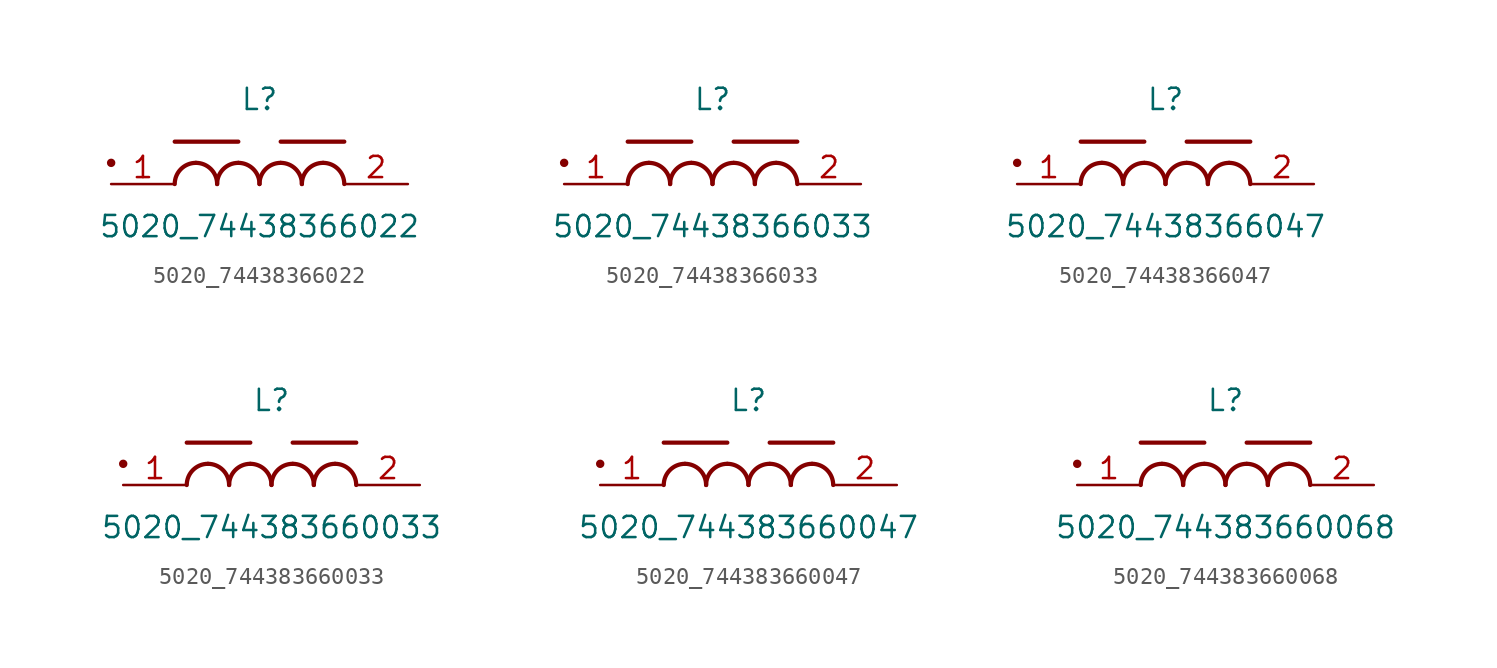
<source format=kicad_sym>
(kicad_symbol_lib
  (version 20211014)
  (generator kicad_symbol_editor)
  (symbol "Inductor_Wurth_WE-MAPI:5020_74438366022"
    (pin_names hide)
    (property "Reference" "L"
      (at 0 5.08 0)
      (effects (font (size 1.27 1.27))))
    (property "Value" "5020_74438366022"
      (at 0 -2.54 0)
      (effects (font (size 1.27 1.27))))
    (symbol "5020_74438366022_0_1"
      (circle (center -8.89 1.27) (radius 0.0001) (stroke (width 0.254)) (stroke (width 0.254) (type default) (color 0 0 0 0)) (fill (type none)))
      (arc (start -3.81 1.27) (mid -4.708 0.898) (end -5.08 0) (stroke (width 0.254) (type default) (color 0 0 0 0)) (fill (type none)))
      (arc (start -2.54 0) (mid -2.912 0.898) (end -3.81 1.27) (stroke (width 0.254) (type default) (color 0 0 0 0)) (fill (type none)))
      (arc (start -1.2699 1.2701) (mid -2.1679 0.8981) (end -2.5399 0.0001) (stroke (width 0.254) (type default) (color 0 0 0 0)) (fill (type none)))
      (polyline (pts (xy -5.08 2.54) (xy -1.27 2.54)) (stroke (width 0.254) (type default) (color 0 0 0 0)) (fill (type none)))
      (polyline (pts (xy 5.08 2.54) (xy 1.27 2.54)) (stroke (width 0.254) (type default) (color 0 0 0 0)) (fill (type none)))
      (arc (start 0.0001 0.0001) (mid -0.3719 0.8981) (end -1.2699 1.2701) (stroke (width 0.254) (type default) (color 0 0 0 0)) (fill (type none)))
      (arc (start 1.2701 1.2701) (mid 0.3721 0.8981) (end 0.0001 0.0001) (stroke (width 0.254) (type default) (color 0 0 0 0)) (fill (type none)))
      (arc (start 2.5401 0.0001) (mid 2.1681 0.8981) (end 1.2701 1.2701) (stroke (width 0.254) (type default) (color 0 0 0 0)) (fill (type none)))
      (arc (start 3.8101 1.2701) (mid 2.9121 0.8981) (end 2.5401 0.0001) (stroke (width 0.254) (type default) (color 0 0 0 0)) (fill (type none)))
      (arc (start 5.0801 0.0001) (mid 4.7081 0.8981) (end 3.8101 1.2701) (stroke (width 0.254) (type default) (color 0 0 0 0)) (fill (type none))))
    (symbol "5020_74438366022_1_1"
      (pin passive line (at -8.89 0 0) (length 3.81) (name "1" (effects (font (size 1.27 1.27)))) (number "1" (effects (font (size 1.27 1.27)))))
      (pin passive line (at 8.89 0 180) (length 3.81) (name "2" (effects (font (size 1.27 1.27)))) (number "2" (effects (font (size 1.27 1.27)))))))
  (symbol "Inductor_Wurth_WE-MAPI:5020_74438366033"
    (pin_names hide)
    (property "Reference" "L"
      (at 0 5.08 0)
      (effects (font (size 1.27 1.27))))
    (property "Value" "5020_74438366033"
      (at 0 -2.54 0)
      (effects (font (size 1.27 1.27))))
    (symbol "5020_74438366033_0_1"
      (circle (center -8.89 1.27) (radius 0.0001) (stroke (width 0.254)) (stroke (width 0.254) (type default) (color 0 0 0 0)) (fill (type none)))
      (arc (start -3.81 1.27) (mid -4.708 0.898) (end -5.08 0) (stroke (width 0.254) (type default) (color 0 0 0 0)) (fill (type none)))
      (arc (start -2.54 0) (mid -2.912 0.898) (end -3.81 1.27) (stroke (width 0.254) (type default) (color 0 0 0 0)) (fill (type none)))
      (arc (start -1.2699 1.2701) (mid -2.1679 0.8981) (end -2.5399 0.0001) (stroke (width 0.254) (type default) (color 0 0 0 0)) (fill (type none)))
      (polyline (pts (xy -5.08 2.54) (xy -1.27 2.54)) (stroke (width 0.254) (type default) (color 0 0 0 0)) (fill (type none)))
      (polyline (pts (xy 5.08 2.54) (xy 1.27 2.54)) (stroke (width 0.254) (type default) (color 0 0 0 0)) (fill (type none)))
      (arc (start 0.0001 0.0001) (mid -0.3719 0.8981) (end -1.2699 1.2701) (stroke (width 0.254) (type default) (color 0 0 0 0)) (fill (type none)))
      (arc (start 1.2701 1.2701) (mid 0.3721 0.8981) (end 0.0001 0.0001) (stroke (width 0.254) (type default) (color 0 0 0 0)) (fill (type none)))
      (arc (start 2.5401 0.0001) (mid 2.1681 0.8981) (end 1.2701 1.2701) (stroke (width 0.254) (type default) (color 0 0 0 0)) (fill (type none)))
      (arc (start 3.8101 1.2701) (mid 2.9121 0.8981) (end 2.5401 0.0001) (stroke (width 0.254) (type default) (color 0 0 0 0)) (fill (type none)))
      (arc (start 5.0801 0.0001) (mid 4.7081 0.8981) (end 3.8101 1.2701) (stroke (width 0.254) (type default) (color 0 0 0 0)) (fill (type none))))
    (symbol "5020_74438366033_1_1"
      (pin passive line (at -8.89 0 0) (length 3.81) (name "1" (effects (font (size 1.27 1.27)))) (number "1" (effects (font (size 1.27 1.27)))))
      (pin passive line (at 8.89 0 180) (length 3.81) (name "2" (effects (font (size 1.27 1.27)))) (number "2" (effects (font (size 1.27 1.27)))))))
  (symbol "Inductor_Wurth_WE-MAPI:5020_74438366047"
    (pin_names hide)
    (property "Reference" "L"
      (at 0 5.08 0)
      (effects (font (size 1.27 1.27))))
    (property "Value" "5020_74438366047"
      (at 0 -2.54 0)
      (effects (font (size 1.27 1.27))))
    (symbol "5020_74438366047_0_1"
      (circle (center -8.89 1.27) (radius 0.0001) (stroke (width 0.254)) (stroke (width 0.254) (type default) (color 0 0 0 0)) (fill (type none)))
      (arc (start -3.81 1.27) (mid -4.708 0.898) (end -5.08 0) (stroke (width 0.254) (type default) (color 0 0 0 0)) (fill (type none)))
      (arc (start -2.54 0) (mid -2.912 0.898) (end -3.81 1.27) (stroke (width 0.254) (type default) (color 0 0 0 0)) (fill (type none)))
      (arc (start -1.2699 1.2701) (mid -2.1679 0.8981) (end -2.5399 0.0001) (stroke (width 0.254) (type default) (color 0 0 0 0)) (fill (type none)))
      (polyline (pts (xy -5.08 2.54) (xy -1.27 2.54)) (stroke (width 0.254) (type default) (color 0 0 0 0)) (fill (type none)))
      (polyline (pts (xy 5.08 2.54) (xy 1.27 2.54)) (stroke (width 0.254) (type default) (color 0 0 0 0)) (fill (type none)))
      (arc (start 0.0001 0.0001) (mid -0.3719 0.8981) (end -1.2699 1.2701) (stroke (width 0.254) (type default) (color 0 0 0 0)) (fill (type none)))
      (arc (start 1.2701 1.2701) (mid 0.3721 0.8981) (end 0.0001 0.0001) (stroke (width 0.254) (type default) (color 0 0 0 0)) (fill (type none)))
      (arc (start 2.5401 0.0001) (mid 2.1681 0.8981) (end 1.2701 1.2701) (stroke (width 0.254) (type default) (color 0 0 0 0)) (fill (type none)))
      (arc (start 3.8101 1.2701) (mid 2.9121 0.8981) (end 2.5401 0.0001) (stroke (width 0.254) (type default) (color 0 0 0 0)) (fill (type none)))
      (arc (start 5.0801 0.0001) (mid 4.7081 0.8981) (end 3.8101 1.2701) (stroke (width 0.254) (type default) (color 0 0 0 0)) (fill (type none))))
    (symbol "5020_74438366047_1_1"
      (pin passive line (at -8.89 0 0) (length 3.81) (name "1" (effects (font (size 1.27 1.27)))) (number "1" (effects (font (size 1.27 1.27)))))
      (pin passive line (at 8.89 0 180) (length 3.81) (name "2" (effects (font (size 1.27 1.27)))) (number "2" (effects (font (size 1.27 1.27)))))))
  (symbol "Inductor_Wurth_WE-MAPI:5020_744383660033"
    (pin_names hide)
    (property "Reference" "L"
      (at 0 5.08 0)
      (effects (font (size 1.27 1.27))))
    (property "Value" "5020_744383660033"
      (at 0 -2.54 0)
      (effects (font (size 1.27 1.27))))
    (symbol "5020_744383660033_0_1"
      (circle (center -8.89 1.27) (radius 0.0001) (stroke (width 0.254)) (stroke (width 0.254) (type default) (color 0 0 0 0)) (fill (type none)))
      (arc (start -3.81 1.27) (mid -4.708 0.898) (end -5.08 0) (stroke (width 0.254) (type default) (color 0 0 0 0)) (fill (type none)))
      (arc (start -2.54 0) (mid -2.912 0.898) (end -3.81 1.27) (stroke (width 0.254) (type default) (color 0 0 0 0)) (fill (type none)))
      (arc (start -1.2699 1.2701) (mid -2.1679 0.8981) (end -2.5399 0.0001) (stroke (width 0.254) (type default) (color 0 0 0 0)) (fill (type none)))
      (polyline (pts (xy -5.08 2.54) (xy -1.27 2.54)) (stroke (width 0.254) (type default) (color 0 0 0 0)) (fill (type none)))
      (polyline (pts (xy 5.08 2.54) (xy 1.27 2.54)) (stroke (width 0.254) (type default) (color 0 0 0 0)) (fill (type none)))
      (arc (start 0.0001 0.0001) (mid -0.3719 0.8981) (end -1.2699 1.2701) (stroke (width 0.254) (type default) (color 0 0 0 0)) (fill (type none)))
      (arc (start 1.2701 1.2701) (mid 0.3721 0.8981) (end 0.0001 0.0001) (stroke (width 0.254) (type default) (color 0 0 0 0)) (fill (type none)))
      (arc (start 2.5401 0.0001) (mid 2.1681 0.8981) (end 1.2701 1.2701) (stroke (width 0.254) (type default) (color 0 0 0 0)) (fill (type none)))
      (arc (start 3.8101 1.2701) (mid 2.9121 0.8981) (end 2.5401 0.0001) (stroke (width 0.254) (type default) (color 0 0 0 0)) (fill (type none)))
      (arc (start 5.0801 0.0001) (mid 4.7081 0.8981) (end 3.8101 1.2701) (stroke (width 0.254) (type default) (color 0 0 0 0)) (fill (type none))))
    (symbol "5020_744383660033_1_1"
      (pin passive line (at -8.89 0 0) (length 3.81) (name "1" (effects (font (size 1.27 1.27)))) (number "1" (effects (font (size 1.27 1.27)))))
      (pin passive line (at 8.89 0 180) (length 3.81) (name "2" (effects (font (size 1.27 1.27)))) (number "2" (effects (font (size 1.27 1.27)))))))
  (symbol "Inductor_Wurth_WE-MAPI:5020_744383660047"
    (pin_names hide)
    (property "Reference" "L"
      (at 0 5.08 0)
      (effects (font (size 1.27 1.27))))
    (property "Value" "5020_744383660047"
      (at 0 -2.54 0)
      (effects (font (size 1.27 1.27))))
    (symbol "5020_744383660047_0_1"
      (circle (center -8.89 1.27) (radius 0.0001) (stroke (width 0.254)) (stroke (width 0.254) (type default) (color 0 0 0 0)) (fill (type none)))
      (arc (start -3.81 1.27) (mid -4.708 0.898) (end -5.08 0) (stroke (width 0.254) (type default) (color 0 0 0 0)) (fill (type none)))
      (arc (start -2.54 0) (mid -2.912 0.898) (end -3.81 1.27) (stroke (width 0.254) (type default) (color 0 0 0 0)) (fill (type none)))
      (arc (start -1.2699 1.2701) (mid -2.1679 0.8981) (end -2.5399 0.0001) (stroke (width 0.254) (type default) (color 0 0 0 0)) (fill (type none)))
      (polyline (pts (xy -5.08 2.54) (xy -1.27 2.54)) (stroke (width 0.254) (type default) (color 0 0 0 0)) (fill (type none)))
      (polyline (pts (xy 5.08 2.54) (xy 1.27 2.54)) (stroke (width 0.254) (type default) (color 0 0 0 0)) (fill (type none)))
      (arc (start 0.0001 0.0001) (mid -0.3719 0.8981) (end -1.2699 1.2701) (stroke (width 0.254) (type default) (color 0 0 0 0)) (fill (type none)))
      (arc (start 1.2701 1.2701) (mid 0.3721 0.8981) (end 0.0001 0.0001) (stroke (width 0.254) (type default) (color 0 0 0 0)) (fill (type none)))
      (arc (start 2.5401 0.0001) (mid 2.1681 0.8981) (end 1.2701 1.2701) (stroke (width 0.254) (type default) (color 0 0 0 0)) (fill (type none)))
      (arc (start 3.8101 1.2701) (mid 2.9121 0.8981) (end 2.5401 0.0001) (stroke (width 0.254) (type default) (color 0 0 0 0)) (fill (type none)))
      (arc (start 5.0801 0.0001) (mid 4.7081 0.8981) (end 3.8101 1.2701) (stroke (width 0.254) (type default) (color 0 0 0 0)) (fill (type none))))
    (symbol "5020_744383660047_1_1"
      (pin passive line (at -8.89 0 0) (length 3.81) (name "1" (effects (font (size 1.27 1.27)))) (number "1" (effects (font (size 1.27 1.27)))))
      (pin passive line (at 8.89 0 180) (length 3.81) (name "2" (effects (font (size 1.27 1.27)))) (number "2" (effects (font (size 1.27 1.27)))))))
  (symbol "Inductor_Wurth_WE-MAPI:5020_744383660068"
    (pin_names hide)
    (property "Reference" "L"
      (at 0 5.08 0)
      (effects (font (size 1.27 1.27))))
    (property "Value" "5020_744383660068"
      (at 0 -2.54 0)
      (effects (font (size 1.27 1.27))))
    (symbol "5020_744383660068_0_1"
      (circle (center -8.89 1.27) (radius 0.0001) (stroke (width 0.254)) (stroke (width 0.254) (type default) (color 0 0 0 0)) (fill (type none)))
      (arc (start -3.81 1.27) (mid -4.708 0.898) (end -5.08 0) (stroke (width 0.254) (type default) (color 0 0 0 0)) (fill (type none)))
      (arc (start -2.54 0) (mid -2.912 0.898) (end -3.81 1.27) (stroke (width 0.254) (type default) (color 0 0 0 0)) (fill (type none)))
      (arc (start -1.2699 1.2701) (mid -2.1679 0.8981) (end -2.5399 0.0001) (stroke (width 0.254) (type default) (color 0 0 0 0)) (fill (type none)))
      (polyline (pts (xy -5.08 2.54) (xy -1.27 2.54)) (stroke (width 0.254) (type default) (color 0 0 0 0)) (fill (type none)))
      (polyline (pts (xy 5.08 2.54) (xy 1.27 2.54)) (stroke (width 0.254) (type default) (color 0 0 0 0)) (fill (type none)))
      (arc (start 0.0001 0.0001) (mid -0.3719 0.8981) (end -1.2699 1.2701) (stroke (width 0.254) (type default) (color 0 0 0 0)) (fill (type none)))
      (arc (start 1.2701 1.2701) (mid 0.3721 0.8981) (end 0.0001 0.0001) (stroke (width 0.254) (type default) (color 0 0 0 0)) (fill (type none)))
      (arc (start 2.5401 0.0001) (mid 2.1681 0.8981) (end 1.2701 1.2701) (stroke (width 0.254) (type default) (color 0 0 0 0)) (fill (type none)))
      (arc (start 3.8101 1.2701) (mid 2.9121 0.8981) (end 2.5401 0.0001) (stroke (width 0.254) (type default) (color 0 0 0 0)) (fill (type none)))
      (arc (start 5.0801 0.0001) (mid 4.7081 0.8981) (end 3.8101 1.2701) (stroke (width 0.254) (type default) (color 0 0 0 0)) (fill (type none))))
    (symbol "5020_744383660068_1_1"
      (pin passive line (at -8.89 0 0) (length 3.81) (name "1" (effects (font (size 1.27 1.27)))) (number "1" (effects (font (size 1.27 1.27)))))
      (pin passive line (at 8.89 0 180) (length 3.81) (name "2" (effects (font (size 1.27 1.27)))) (number "2" (effects (font (size 1.27 1.27))))))))
</source>
